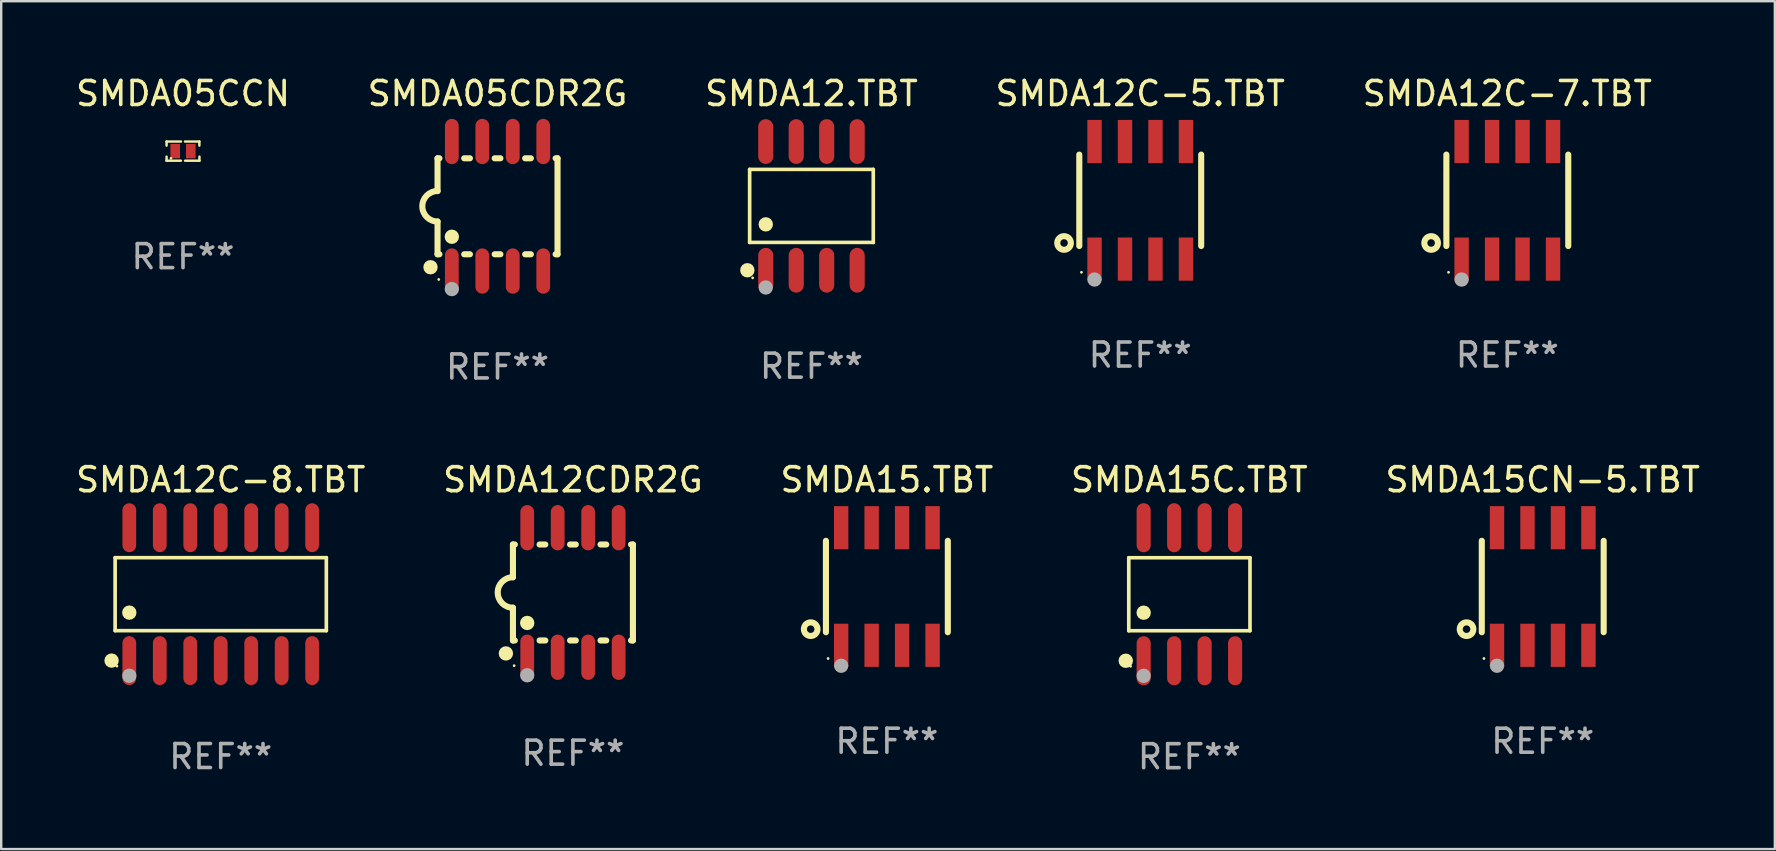
<source format=kicad_pcb>
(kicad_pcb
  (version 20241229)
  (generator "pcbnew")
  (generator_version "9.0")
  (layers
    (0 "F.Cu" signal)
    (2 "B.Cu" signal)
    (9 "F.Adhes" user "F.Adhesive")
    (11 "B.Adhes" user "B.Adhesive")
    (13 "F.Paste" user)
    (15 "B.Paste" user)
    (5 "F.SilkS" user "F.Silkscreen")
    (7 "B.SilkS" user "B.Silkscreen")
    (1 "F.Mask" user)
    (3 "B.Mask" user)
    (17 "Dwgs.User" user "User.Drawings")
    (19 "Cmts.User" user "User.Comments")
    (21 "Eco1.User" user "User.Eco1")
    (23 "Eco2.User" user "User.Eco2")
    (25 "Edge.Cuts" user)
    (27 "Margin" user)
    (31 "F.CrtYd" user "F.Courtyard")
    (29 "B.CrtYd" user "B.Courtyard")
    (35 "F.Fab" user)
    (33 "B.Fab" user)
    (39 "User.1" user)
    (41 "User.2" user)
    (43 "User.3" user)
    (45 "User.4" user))
  (footprint "SMDA05CDR2G"
    (layer "F.Cu")
    (at 17.685 5.547)
    (property "Reference" "SMDA05CDR2G" (at 0 -4.699 0) (layer "F.SilkS") (effects (font (size 1 1) (thickness 0.15))))
    (attr through_hole)
    (fp_line (start -2.5 -2) (end -2.5 -0.635) (stroke (width 0.254) (type solid)) (layer "F.SilkS"))
    (fp_line (start -2.5 -2) (end -2.421 -2) (stroke (width 0.254) (type solid)) (layer "F.SilkS"))
    (fp_line (start -2.5 2) (end -2.5 0.635) (stroke (width 0.254) (type solid)) (layer "F.SilkS"))
    (fp_line (start -2.5 2) (end -2.421 2) (stroke (width 0.254) (type solid)) (layer "F.SilkS"))
    (fp_line (start -1.389 -2) (end -1.151 -2) (stroke (width 0.254) (type solid)) (layer "F.SilkS"))
    (fp_line (start -1.389 2) (end -1.151 2) (stroke (width 0.254) (type solid)) (layer "F.SilkS"))
    (fp_line (start -0.119 -2) (end 0.119 -2) (stroke (width 0.254) (type solid)) (layer "F.SilkS"))
    (fp_line (start -0.119 2) (end 0.119 2) (stroke (width 0.254) (type solid)) (layer "F.SilkS"))
    (fp_line (start 1.151 -2) (end 1.389 -2) (stroke (width 0.254) (type solid)) (layer "F.SilkS"))
    (fp_line (start 1.151 2) (end 1.389 2) (stroke (width 0.254) (type solid)) (layer "F.SilkS"))
    (fp_line (start 2.421 -2) (end 2.5 -2) (stroke (width 0.254) (type solid)) (layer "F.SilkS"))
    (fp_line (start 2.421 2) (end 2.5 2) (stroke (width 0.254) (type solid)) (layer "F.SilkS"))
    (fp_line (start 2.5 -2) (end 2.5 2) (stroke (width 0.254) (type solid)) (layer "F.SilkS"))
    (fp_arc (start -2.5 0.635001) (mid -3.134366 -0.000318) (end -2.499365 -0.635001) (stroke (width 0.254001) (type solid)) (layer "F.SilkS"))
    (fp_circle (center -2.794 2.54) (end -2.644 2.54) (stroke (width 0.3) (type solid)) (fill no) (layer "F.SilkS"))
    (fp_circle (center -2.45 3.05) (end -2.42 3.05) (stroke (width 0.06) (type solid)) (fill no) (layer "F.SilkS"))
    (fp_circle (center -1.905 1.27) (end -1.755 1.27) (stroke (width 0.3) (type solid)) (fill no) (layer "F.SilkS"))
    (fp_circle (center -1.905 3.45) (end -1.755 3.45) (stroke (width 0.3) (type solid)) (fill no) (layer "F.Fab"))
    (fp_text user "REF**" (at 0 6.699 0) (layer "F.Fab") (effects (font (size 1 1) (thickness 0.15))))
    (pad "1" smd oval (at -1.905 2.699) (size 0.574 1.888) (layers "F.Cu" "F.Mask" "F.Paste"))
    (pad "2" smd oval (at -0.635 2.699) (size 0.574 1.888) (layers "F.Cu" "F.Mask" "F.Paste"))
    (pad "3" smd oval (at 0.635 2.699) (size 0.574 1.888) (layers "F.Cu" "F.Mask" "F.Paste"))
    (pad "4" smd oval (at 1.905 2.699) (size 0.574 1.888) (layers "F.Cu" "F.Mask" "F.Paste"))
    (pad "5" smd oval (at 1.905 -2.699) (size 0.574 1.888) (layers "F.Cu" "F.Mask" "F.Paste"))
    (pad "6" smd oval (at 0.635 -2.699) (size 0.574 1.888) (layers "F.Cu" "F.Mask" "F.Paste"))
    (pad "7" smd oval (at -0.635 -2.699) (size 0.574 1.888) (layers "F.Cu" "F.Mask" "F.Paste"))
    (pad "8" smd oval (at -1.905 -2.699) (size 0.574 1.888) (layers "F.Cu" "F.Mask" "F.Paste")))
  (footprint "SMDA12CDR2G"
    (layer "F.Cu")
    (at 20.827 21.642)
    (property "Reference" "SMDA12CDR2G" (at 0 -4.699 0) (layer "F.SilkS") (effects (font (size 1 1) (thickness 0.15))))
    (attr through_hole)
    (fp_line (start -2.5 -2) (end -2.5 -0.635) (stroke (width 0.254) (type solid)) (layer "F.SilkS"))
    (fp_line (start -2.5 -2) (end -2.421 -2) (stroke (width 0.254) (type solid)) (layer "F.SilkS"))
    (fp_line (start -2.5 2) (end -2.5 0.635) (stroke (width 0.254) (type solid)) (layer "F.SilkS"))
    (fp_line (start -2.5 2) (end -2.421 2) (stroke (width 0.254) (type solid)) (layer "F.SilkS"))
    (fp_line (start -1.389 -2) (end -1.151 -2) (stroke (width 0.254) (type solid)) (layer "F.SilkS"))
    (fp_line (start -1.389 2) (end -1.151 2) (stroke (width 0.254) (type solid)) (layer "F.SilkS"))
    (fp_line (start -0.119 -2) (end 0.119 -2) (stroke (width 0.254) (type solid)) (layer "F.SilkS"))
    (fp_line (start -0.119 2) (end 0.119 2) (stroke (width 0.254) (type solid)) (layer "F.SilkS"))
    (fp_line (start 1.151 -2) (end 1.389 -2) (stroke (width 0.254) (type solid)) (layer "F.SilkS"))
    (fp_line (start 1.151 2) (end 1.389 2) (stroke (width 0.254) (type solid)) (layer "F.SilkS"))
    (fp_line (start 2.421 -2) (end 2.5 -2) (stroke (width 0.254) (type solid)) (layer "F.SilkS"))
    (fp_line (start 2.421 2) (end 2.5 2) (stroke (width 0.254) (type solid)) (layer "F.SilkS"))
    (fp_line (start 2.5 -2) (end 2.5 2) (stroke (width 0.254) (type solid)) (layer "F.SilkS"))
    (fp_arc (start -2.5 0.635001) (mid -3.134366 -0.000318) (end -2.499365 -0.635001) (stroke (width 0.254001) (type solid)) (layer "F.SilkS"))
    (fp_circle (center -2.794 2.54) (end -2.644 2.54) (stroke (width 0.3) (type solid)) (fill no) (layer "F.SilkS"))
    (fp_circle (center -2.45 3.05) (end -2.42 3.05) (stroke (width 0.06) (type solid)) (fill no) (layer "F.SilkS"))
    (fp_circle (center -1.905 1.27) (end -1.755 1.27) (stroke (width 0.3) (type solid)) (fill no) (layer "F.SilkS"))
    (fp_circle (center -1.905 3.45) (end -1.755 3.45) (stroke (width 0.3) (type solid)) (fill no) (layer "F.Fab"))
    (fp_text user "REF**" (at 0 6.699 0) (layer "F.Fab") (effects (font (size 1 1) (thickness 0.15))))
    (pad "1" smd oval (at -1.905 2.699) (size 0.574 1.888) (layers "F.Cu" "F.Mask" "F.Paste"))
    (pad "2" smd oval (at -0.635 2.699) (size 0.574 1.888) (layers "F.Cu" "F.Mask" "F.Paste"))
    (pad "3" smd oval (at 0.635 2.699) (size 0.574 1.888) (layers "F.Cu" "F.Mask" "F.Paste"))
    (pad "4" smd oval (at 1.905 2.699) (size 0.574 1.888) (layers "F.Cu" "F.Mask" "F.Paste"))
    (pad "5" smd oval (at 1.905 -2.699) (size 0.574 1.888) (layers "F.Cu" "F.Mask" "F.Paste"))
    (pad "6" smd oval (at 0.635 -2.699) (size 0.574 1.888) (layers "F.Cu" "F.Mask" "F.Paste"))
    (pad "7" smd oval (at -0.635 -2.699) (size 0.574 1.888) (layers "F.Cu" "F.Mask" "F.Paste"))
    (pad "8" smd oval (at -1.905 -2.699) (size 0.574 1.888) (layers "F.Cu" "F.Mask" "F.Paste")))
  (footprint "SMDA12C-7.TBT"
    (layer "F.Cu")
    (at 59.768 5.298)
    (property "Reference" "SMDA12C-7.TBT" (at 0 -4.45 0) (layer "F.SilkS") (effects (font (size 1 1) (thickness 0.15))))
    (attr through_hole)
    (fp_line (start -2.54 -1.905) (end -2.54 1.905) (stroke (width 0.254) (type solid)) (layer "F.SilkS"))
    (fp_line (start 2.54 -1.905) (end 2.54 1.905) (stroke (width 0.254) (type solid)) (layer "F.SilkS"))
    (fp_circle (center -3.175 1.778) (end -2.891 1.778) (stroke (width 0.254) (type solid)) (fill no) (layer "F.SilkS"))
    (fp_circle (center -2.45 3) (end -2.42 3) (stroke (width 0.06) (type solid)) (fill no) (layer "F.SilkS"))
    (fp_circle (center -1.905 3.302) (end -1.755 3.302) (stroke (width 0.3) (type solid)) (fill no) (layer "F.Fab"))
    (fp_text user "REF**" (at 0 6.45 0) (layer "F.Fab") (effects (font (size 1 1) (thickness 0.15))))
    (pad "1" smd rect (at -1.905 2.45) (size 0.6 1.8) (layers "F.Cu" "F.Mask" "F.Paste"))
    (pad "2" smd rect (at -0.635 2.45) (size 0.6 1.8) (layers "F.Cu" "F.Mask" "F.Paste"))
    (pad "3" smd rect (at 0.635 2.45) (size 0.6 1.8) (layers "F.Cu" "F.Mask" "F.Paste"))
    (pad "4" smd rect (at 1.905 2.45) (size 0.6 1.8) (layers "F.Cu" "F.Mask" "F.Paste"))
    (pad "5" smd rect (at 1.905 -2.45 180) (size 0.6 1.8) (layers "F.Cu" "F.Mask" "F.Paste"))
    (pad "6" smd rect (at 0.635 -2.45 180) (size 0.6 1.8) (layers "F.Cu" "F.Mask" "F.Paste"))
    (pad "7" smd rect (at -0.635 -2.45 180) (size 0.6 1.8) (layers "F.Cu" "F.Mask" "F.Paste"))
    (pad "8" smd rect (at -1.905 -2.45 180) (size 0.6 1.8) (layers "F.Cu" "F.Mask" "F.Paste")))
  (footprint "SMDA05CCN"
    (layer "F.Cu")
    (at 4.577 3.248)
    (property "Reference" "SMDA05CCN" (at 0 -2.4 0) (layer "F.SilkS") (effects (font (size 1 1) (thickness 0.15))))
    (attr through_hole)
    (fp_line (start -0.685 -0.4) (end -0.685 -0.23) (stroke (width 0.102) (type solid)) (layer "F.SilkS"))
    (fp_line (start -0.685 0.4) (end -0.685 0.23) (stroke (width 0.102) (type solid)) (layer "F.SilkS"))
    (fp_line (start -0.085 -0.4) (end -0.685 -0.4) (stroke (width 0.102) (type solid)) (layer "F.SilkS"))
    (fp_line (start -0.085 0.4) (end -0.685 0.4) (stroke (width 0.102) (type solid)) (layer "F.SilkS"))
    (fp_line (start 0.082 -0.4) (end 0.682 -0.4) (stroke (width 0.102) (type solid)) (layer "F.SilkS"))
    (fp_line (start 0.085 0.4) (end 0.685 0.4) (stroke (width 0.102) (type solid)) (layer "F.SilkS"))
    (fp_line (start 0.682 -0.4) (end 0.682 -0.23) (stroke (width 0.102) (type solid)) (layer "F.SilkS"))
    (fp_line (start 0.685 0.4) (end 0.685 0.23) (stroke (width 0.102) (type solid)) (layer "F.SilkS"))
    (fp_circle (center -0.5 0.3) (end -0.47 0.3) (stroke (width 0.06) (type solid)) (fill no) (layer "F.SilkS"))
    (fp_text user "REF**" (at 0 4.4 0) (layer "F.Fab") (effects (font (size 1 1) (thickness 0.15))))
    (pad "1" smd rect (at -0.325 0) (size 0.4 0.6) (layers "F.Cu" "F.Mask" "F.Paste"))
    (pad "2" smd rect (at 0.325 0) (size 0.4 0.6) (layers "F.Cu" "F.Mask" "F.Paste")))
  (footprint "SMDA12C-8.TBT"
    (layer "F.Cu")
    (at 6.149 21.712)
    (property "Reference" "SMDA12C-8.TBT" (at 0 -4.769 0) (layer "F.SilkS") (effects (font (size 1 1) (thickness 0.15))))
    (attr through_hole)
    (fp_line (start -4.401 -1.521) (end 4.401 -1.521) (stroke (width 0.152) (type solid)) (layer "F.SilkS"))
    (fp_line (start -4.401 1.521) (end -4.401 -1.521) (stroke (width 0.152) (type solid)) (layer "F.SilkS"))
    (fp_line (start 4.401 -1.521) (end 4.401 1.521) (stroke (width 0.152) (type solid)) (layer "F.SilkS"))
    (fp_line (start 4.401 1.521) (end -4.401 1.521) (stroke (width 0.152) (type solid)) (layer "F.SilkS"))
    (fp_circle (center -4.549 2.769) (end -4.399 2.769) (stroke (width 0.3) (type solid)) (fill no) (layer "F.SilkS"))
    (fp_circle (center -4.325 3) (end -4.295 3) (stroke (width 0.06) (type solid)) (fill no) (layer "F.SilkS"))
    (fp_circle (center -3.81 0.769) (end -3.66 0.769) (stroke (width 0.3) (type solid)) (fill no) (layer "F.SilkS"))
    (fp_circle (center -3.81 3.4) (end -3.66 3.4) (stroke (width 0.3) (type solid)) (fill no) (layer "F.Fab"))
    (fp_text user "REF**" (at 0 6.769 0) (layer "F.Fab") (effects (font (size 1 1) (thickness 0.15))))
    (pad "1" smd oval (at -3.81 2.769) (size 0.574 2.038) (layers "F.Cu" "F.Mask" "F.Paste"))
    (pad "2" smd oval (at -2.54 2.769) (size 0.574 2.038) (layers "F.Cu" "F.Mask" "F.Paste"))
    (pad "3" smd oval (at -1.27 2.769) (size 0.574 2.038) (layers "F.Cu" "F.Mask" "F.Paste"))
    (pad "4" smd oval (at 0 2.769) (size 0.574 2.038) (layers "F.Cu" "F.Mask" "F.Paste"))
    (pad "5" smd oval (at 1.27 2.769) (size 0.574 2.038) (layers "F.Cu" "F.Mask" "F.Paste"))
    (pad "6" smd oval (at 2.54 2.769) (size 0.574 2.038) (layers "F.Cu" "F.Mask" "F.Paste"))
    (pad "7" smd oval (at 3.81 2.769) (size 0.574 2.038) (layers "F.Cu" "F.Mask" "F.Paste"))
    (pad "8" smd oval (at 3.81 -2.769) (size 0.574 2.038) (layers "F.Cu" "F.Mask" "F.Paste"))
    (pad "9" smd oval (at 2.54 -2.769) (size 0.574 2.038) (layers "F.Cu" "F.Mask" "F.Paste"))
    (pad "10" smd oval (at 1.27 -2.769) (size 0.574 2.038) (layers "F.Cu" "F.Mask" "F.Paste"))
    (pad "11" smd oval (at 0 -2.769) (size 0.574 2.038) (layers "F.Cu" "F.Mask" "F.Paste"))
    (pad "12" smd oval (at -1.27 -2.769) (size 0.574 2.038) (layers "F.Cu" "F.Mask" "F.Paste"))
    (pad "13" smd oval (at -2.54 -2.769) (size 0.574 2.038) (layers "F.Cu" "F.Mask" "F.Paste"))
    (pad "14" smd oval (at -3.81 -2.769) (size 0.574 2.038) (layers "F.Cu" "F.Mask" "F.Paste")))
  (footprint "SMDA15.TBT"
    (layer "F.Cu")
    (at 33.911 21.393)
    (property "Reference" "SMDA15.TBT" (at 0 -4.45 0) (layer "F.SilkS") (effects (font (size 1 1) (thickness 0.15))))
    (attr through_hole)
    (fp_line (start -2.54 -1.905) (end -2.54 1.905) (stroke (width 0.254) (type solid)) (layer "F.SilkS"))
    (fp_line (start 2.54 -1.905) (end 2.54 1.905) (stroke (width 0.254) (type solid)) (layer "F.SilkS"))
    (fp_circle (center -3.175 1.778) (end -2.891 1.778) (stroke (width 0.254) (type solid)) (fill no) (layer "F.SilkS"))
    (fp_circle (center -2.45 3) (end -2.42 3) (stroke (width 0.06) (type solid)) (fill no) (layer "F.SilkS"))
    (fp_circle (center -1.905 3.302) (end -1.755 3.302) (stroke (width 0.3) (type solid)) (fill no) (layer "F.Fab"))
    (fp_text user "REF**" (at 0 6.45 0) (layer "F.Fab") (effects (font (size 1 1) (thickness 0.15))))
    (pad "1" smd rect (at -1.905 2.45) (size 0.6 1.8) (layers "F.Cu" "F.Mask" "F.Paste"))
    (pad "2" smd rect (at -0.635 2.45) (size 0.6 1.8) (layers "F.Cu" "F.Mask" "F.Paste"))
    (pad "3" smd rect (at 0.635 2.45) (size 0.6 1.8) (layers "F.Cu" "F.Mask" "F.Paste"))
    (pad "4" smd rect (at 1.905 2.45) (size 0.6 1.8) (layers "F.Cu" "F.Mask" "F.Paste"))
    (pad "5" smd rect (at 1.905 -2.45 180) (size 0.6 1.8) (layers "F.Cu" "F.Mask" "F.Paste"))
    (pad "6" smd rect (at 0.635 -2.45 180) (size 0.6 1.8) (layers "F.Cu" "F.Mask" "F.Paste"))
    (pad "7" smd rect (at -0.635 -2.45 180) (size 0.6 1.8) (layers "F.Cu" "F.Mask" "F.Paste"))
    (pad "8" smd rect (at -1.905 -2.45 180) (size 0.6 1.8) (layers "F.Cu" "F.Mask" "F.Paste")))
  (footprint "SMDA12C-5.TBT"
    (layer "F.Cu")
    (at 44.47 5.298)
    (property "Reference" "SMDA12C-5.TBT" (at 0 -4.45 0) (layer "F.SilkS") (effects (font (size 1 1) (thickness 0.15))))
    (attr through_hole)
    (fp_line (start -2.54 -1.905) (end -2.54 1.905) (stroke (width 0.254) (type solid)) (layer "F.SilkS"))
    (fp_line (start 2.54 -1.905) (end 2.54 1.905) (stroke (width 0.254) (type solid)) (layer "F.SilkS"))
    (fp_circle (center -3.175 1.778) (end -2.891 1.778) (stroke (width 0.254) (type solid)) (fill no) (layer "F.SilkS"))
    (fp_circle (center -2.45 3) (end -2.42 3) (stroke (width 0.06) (type solid)) (fill no) (layer "F.SilkS"))
    (fp_circle (center -1.905 3.302) (end -1.755 3.302) (stroke (width 0.3) (type solid)) (fill no) (layer "F.Fab"))
    (fp_text user "REF**" (at 0 6.45 0) (layer "F.Fab") (effects (font (size 1 1) (thickness 0.15))))
    (pad "1" smd rect (at -1.905 2.45) (size 0.6 1.8) (layers "F.Cu" "F.Mask" "F.Paste"))
    (pad "2" smd rect (at -0.635 2.45) (size 0.6 1.8) (layers "F.Cu" "F.Mask" "F.Paste"))
    (pad "3" smd rect (at 0.635 2.45) (size 0.6 1.8) (layers "F.Cu" "F.Mask" "F.Paste"))
    (pad "4" smd rect (at 1.905 2.45) (size 0.6 1.8) (layers "F.Cu" "F.Mask" "F.Paste"))
    (pad "5" smd rect (at 1.905 -2.45 180) (size 0.6 1.8) (layers "F.Cu" "F.Mask" "F.Paste"))
    (pad "6" smd rect (at 0.635 -2.45 180) (size 0.6 1.8) (layers "F.Cu" "F.Mask" "F.Paste"))
    (pad "7" smd rect (at -0.635 -2.45 180) (size 0.6 1.8) (layers "F.Cu" "F.Mask" "F.Paste"))
    (pad "8" smd rect (at -1.905 -2.45 180) (size 0.6 1.8) (layers "F.Cu" "F.Mask" "F.Paste")))
  (footprint "SMDA12.TBT"
    (layer "F.Cu")
    (at 30.768 5.531)
    (property "Reference" "SMDA12.TBT" (at 0 -4.682 0) (layer "F.SilkS") (effects (font (size 1 1) (thickness 0.15))))
    (attr through_hole)
    (fp_line (start -2.576 -1.521) (end 2.576 -1.521) (stroke (width 0.152) (type solid)) (layer "F.SilkS"))
    (fp_line (start -2.576 1.521) (end -2.576 -1.521) (stroke (width 0.152) (type solid)) (layer "F.SilkS"))
    (fp_line (start 2.576 -1.521) (end 2.576 1.521) (stroke (width 0.152) (type solid)) (layer "F.SilkS"))
    (fp_line (start 2.576 1.521) (end -2.576 1.521) (stroke (width 0.152) (type solid)) (layer "F.SilkS"))
    (fp_circle (center -2.672 2.682) (end -2.522 2.682) (stroke (width 0.3) (type solid)) (fill no) (layer "F.SilkS"))
    (fp_circle (center -2.45 3) (end -2.42 3) (stroke (width 0.06) (type solid)) (fill no) (layer "F.SilkS"))
    (fp_circle (center -1.905 0.769) (end -1.755 0.769) (stroke (width 0.3) (type solid)) (fill no) (layer "F.SilkS"))
    (fp_circle (center -1.905 3.4) (end -1.755 3.4) (stroke (width 0.3) (type solid)) (fill no) (layer "F.Fab"))
    (fp_text user "REF**" (at 0 6.682 0) (layer "F.Fab") (effects (font (size 1 1) (thickness 0.15))))
    (pad "1" smd oval (at -1.905 2.682) (size 0.63 1.865) (layers "F.Cu" "F.Mask" "F.Paste"))
    (pad "2" smd oval (at -0.635 2.682) (size 0.63 1.865) (layers "F.Cu" "F.Mask" "F.Paste"))
    (pad "3" smd oval (at 0.635 2.682) (size 0.63 1.865) (layers "F.Cu" "F.Mask" "F.Paste"))
    (pad "4" smd oval (at 1.905 2.682) (size 0.63 1.865) (layers "F.Cu" "F.Mask" "F.Paste"))
    (pad "5" smd oval (at 1.905 -2.682) (size 0.63 1.865) (layers "F.Cu" "F.Mask" "F.Paste"))
    (pad "6" smd oval (at 0.635 -2.682) (size 0.63 1.865) (layers "F.Cu" "F.Mask" "F.Paste"))
    (pad "7" smd oval (at -0.635 -2.682) (size 0.63 1.865) (layers "F.Cu" "F.Mask" "F.Paste"))
    (pad "8" smd oval (at -1.905 -2.682) (size 0.63 1.865) (layers "F.Cu" "F.Mask" "F.Paste")))
  (footprint "SMDA15C.TBT"
    (layer "F.Cu")
    (at 46.518 21.715)
    (property "Reference" "SMDA15C.TBT" (at 0 -4.772 0) (layer "F.SilkS") (effects (font (size 1 1) (thickness 0.15))))
    (attr through_hole)
    (fp_line (start -2.526 -1.521) (end 2.526 -1.521) (stroke (width 0.152) (type solid)) (layer "F.SilkS"))
    (fp_line (start -2.526 1.521) (end -2.526 -1.521) (stroke (width 0.152) (type solid)) (layer "F.SilkS"))
    (fp_line (start 2.526 -1.521) (end 2.526 1.521) (stroke (width 0.152) (type solid)) (layer "F.SilkS"))
    (fp_line (start 2.526 1.521) (end -2.526 1.521) (stroke (width 0.152) (type solid)) (layer "F.SilkS"))
    (fp_circle (center -2.652 2.772) (end -2.501 2.772) (stroke (width 0.3) (type solid)) (fill no) (layer "F.SilkS"))
    (fp_circle (center -2.45 3) (end -2.42 3) (stroke (width 0.06) (type solid)) (fill no) (layer "F.SilkS"))
    (fp_circle (center -1.905 0.769) (end -1.755 0.769) (stroke (width 0.3) (type solid)) (fill no) (layer "F.SilkS"))
    (fp_circle (center -1.905 3.4) (end -1.755 3.4) (stroke (width 0.3) (type solid)) (fill no) (layer "F.Fab"))
    (fp_text user "REF**" (at 0 6.772 0) (layer "F.Fab") (effects (font (size 1 1) (thickness 0.15))))
    (pad "1" smd oval (at -1.905 2.772) (size 0.588 2.045) (layers "F.Cu" "F.Mask" "F.Paste"))
    (pad "2" smd oval (at -0.635 2.772) (size 0.588 2.045) (layers "F.Cu" "F.Mask" "F.Paste"))
    (pad "3" smd oval (at 0.635 2.772) (size 0.588 2.045) (layers "F.Cu" "F.Mask" "F.Paste"))
    (pad "4" smd oval (at 1.905 2.772) (size 0.588 2.045) (layers "F.Cu" "F.Mask" "F.Paste"))
    (pad "5" smd oval (at 1.905 -2.772) (size 0.588 2.045) (layers "F.Cu" "F.Mask" "F.Paste"))
    (pad "6" smd oval (at 0.635 -2.772) (size 0.588 2.045) (layers "F.Cu" "F.Mask" "F.Paste"))
    (pad "7" smd oval (at -0.635 -2.772) (size 0.588 2.045) (layers "F.Cu" "F.Mask" "F.Paste"))
    (pad "8" smd oval (at -1.905 -2.772) (size 0.588 2.045) (layers "F.Cu" "F.Mask" "F.Paste")))
  (footprint "SMDA15CN-5.TBT"
    (layer "F.Cu")
    (at 61.244 21.393)
    (property "Reference" "SMDA15CN-5.TBT" (at 0 -4.45 0) (layer "F.SilkS") (effects (font (size 1 1) (thickness 0.15))))
    (attr through_hole)
    (fp_line (start -2.54 -1.905) (end -2.54 1.905) (stroke (width 0.254) (type solid)) (layer "F.SilkS"))
    (fp_line (start 2.54 -1.905) (end 2.54 1.905) (stroke (width 0.254) (type solid)) (layer "F.SilkS"))
    (fp_circle (center -3.175 1.778) (end -2.891 1.778) (stroke (width 0.254) (type solid)) (fill no) (layer "F.SilkS"))
    (fp_circle (center -2.45 3) (end -2.42 3) (stroke (width 0.06) (type solid)) (fill no) (layer "F.SilkS"))
    (fp_circle (center -1.905 3.302) (end -1.755 3.302) (stroke (width 0.3) (type solid)) (fill no) (layer "F.Fab"))
    (fp_text user "REF**" (at 0 6.45 0) (layer "F.Fab") (effects (font (size 1 1) (thickness 0.15))))
    (pad "1" smd rect (at -1.905 2.45) (size 0.6 1.8) (layers "F.Cu" "F.Mask" "F.Paste"))
    (pad "2" smd rect (at -0.635 2.45) (size 0.6 1.8) (layers "F.Cu" "F.Mask" "F.Paste"))
    (pad "3" smd rect (at 0.635 2.45) (size 0.6 1.8) (layers "F.Cu" "F.Mask" "F.Paste"))
    (pad "4" smd rect (at 1.905 2.45) (size 0.6 1.8) (layers "F.Cu" "F.Mask" "F.Paste"))
    (pad "5" smd rect (at 1.905 -2.45 180) (size 0.6 1.8) (layers "F.Cu" "F.Mask" "F.Paste"))
    (pad "6" smd rect (at 0.635 -2.45 180) (size 0.6 1.8) (layers "F.Cu" "F.Mask" "F.Paste"))
    (pad "7" smd rect (at -0.635 -2.45 180) (size 0.6 1.8) (layers "F.Cu" "F.Mask" "F.Paste"))
    (pad "8" smd rect (at -1.905 -2.45 180) (size 0.6 1.8) (layers "F.Cu" "F.Mask" "F.Paste")))
  (gr_rect
    (start -3 -3)
    (end 70.917 32.336)
    (stroke (width 0.1) (type default))
    (fill no)
    (layer "Edge.Cuts")))
</source>
